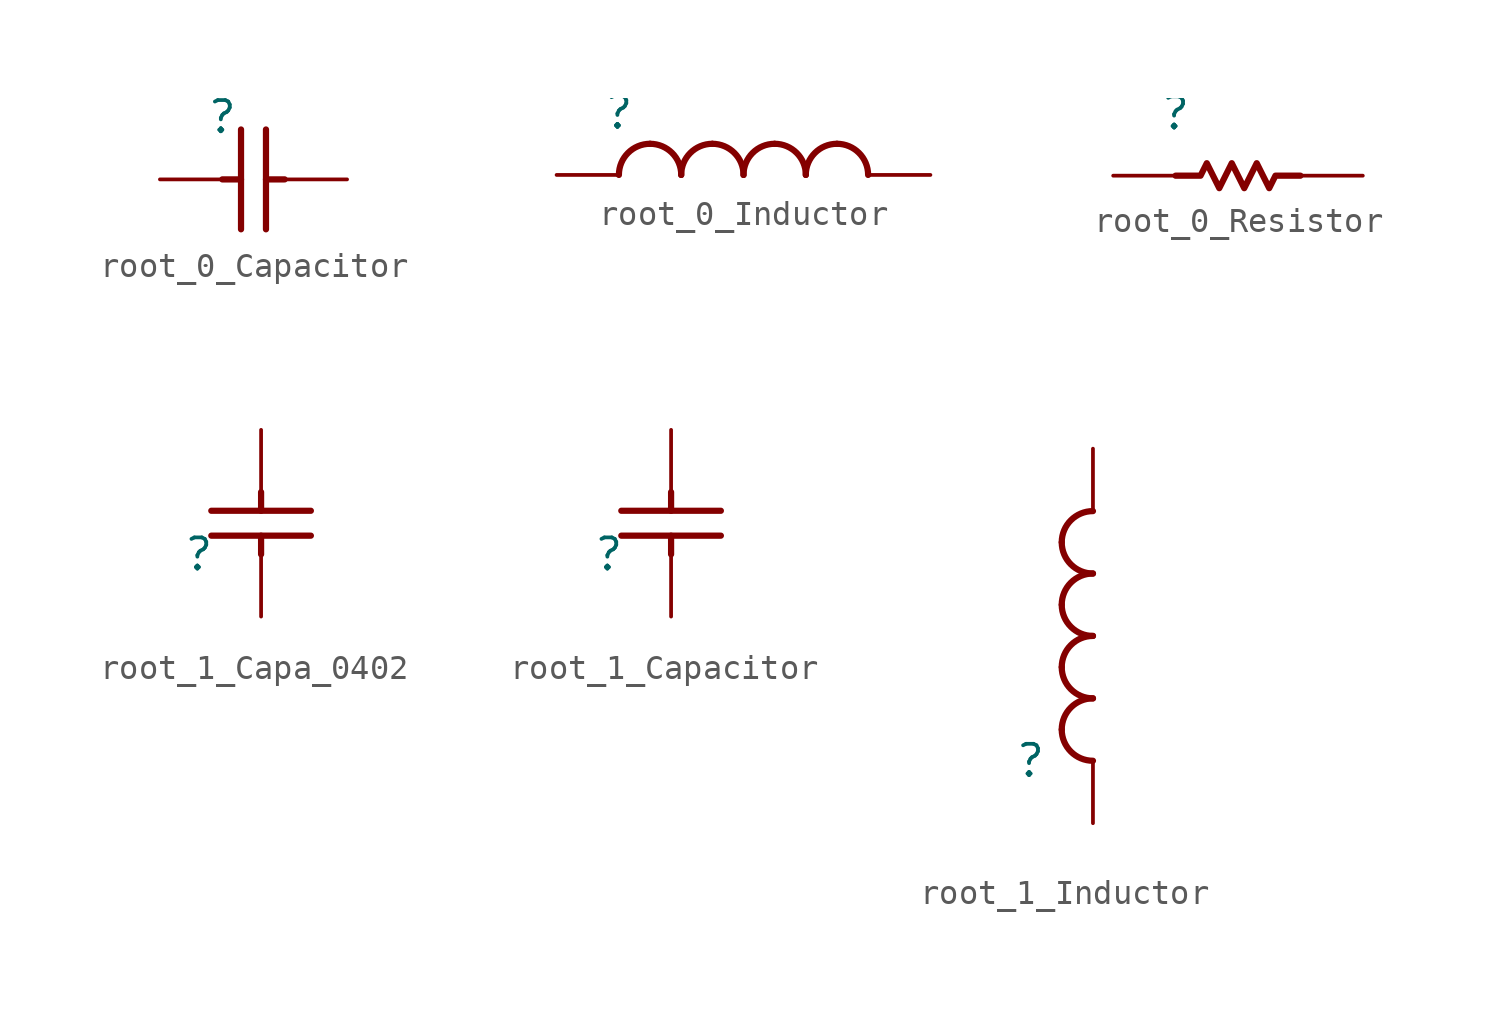
<source format=kicad_sym>
(kicad_symbol_lib
  (version 20231120)
  (generator "kicad_symbol_editor")
  (generator_version "8.0")
  (symbol "root_0_Capacitor"
    (property "Reference" ""
      (at 0 0 0)
      (effects (font (size 1.27 1.27))))
    (property "Value" ""
      (at 0 0 0)
      (effects (font (size 1.27 1.27))))
    (symbol "root_0_Capacitor_1_0"
      (polyline (pts (xy 0 -2.54) (xy 0.762 -2.54)) (stroke (width 0.254) (type solid)) (fill (type none)))
      (polyline (pts (xy 0.762 -4.572) (xy 0.762 -0.508)) (stroke (width 0.254) (type solid)) (fill (type none)))
      (polyline (pts (xy 1.778 -0.508) (xy 1.778 -4.572)) (stroke (width 0.254) (type solid)) (fill (type none)))
      (polyline (pts (xy 2.54 -2.54) (xy 1.778 -2.54)) (stroke (width 0.254) (type solid)) (fill (type none)))
      (pin passive line (at -2.54 -2.54 0) (length 2.54) (name "1" (effects (font (size 0 0)))) (number "1" (effects (font (size 0 0)))))
      (pin passive line (at 5.08 -2.54 180) (length 2.54) (name "2" (effects (font (size 0 0)))) (number "2" (effects (font (size 0 0)))))))
  (symbol "root_0_Inductor"
    (property "Reference" ""
      (at 0 0 0)
      (effects (font (size 1.27 1.27))))
    (property "Value" ""
      (at 0 0 0)
      (effects (font (size 1.27 1.27))))
    (symbol "root_0_Inductor_1_0"
      (arc (start 1.27 -1.27) (mid 0.372 -1.642) (end 0 -2.54) (stroke (width 0.254) (type solid)) (fill (type none)))
      (arc (start 2.54 -2.54) (mid 2.168 -1.642) (end 1.27 -1.27) (stroke (width 0.254) (type solid)) (fill (type none)))
      (arc (start 3.81 -1.27) (mid 2.912 -1.642) (end 2.54 -2.54) (stroke (width 0.254) (type solid)) (fill (type none)))
      (arc (start 5.08 -2.54) (mid 4.708 -1.642) (end 3.81 -1.27) (stroke (width 0.254) (type solid)) (fill (type none)))
      (arc (start 6.35 -1.27) (mid 5.452 -1.642) (end 5.08 -2.54) (stroke (width 0.254) (type solid)) (fill (type none)))
      (arc (start 7.62 -2.54) (mid 7.248 -1.642) (end 6.35 -1.27) (stroke (width 0.254) (type solid)) (fill (type none)))
      (arc (start 8.89 -1.27) (mid 7.992 -1.642) (end 7.62 -2.54) (stroke (width 0.254) (type solid)) (fill (type none)))
      (arc (start 10.16 -2.54) (mid 9.788 -1.642) (end 8.89 -1.27) (stroke (width 0.254) (type solid)) (fill (type none)))
      (pin passive line (at -2.54 -2.54 0) (length 2.54) (name "1" (effects (font (size 0 0)))) (number "1" (effects (font (size 0 0)))))
      (pin passive line (at 12.7 -2.54 180) (length 2.54) (name "2" (effects (font (size 0 0)))) (number "2" (effects (font (size 0 0)))))))
  (symbol "root_0_Resistor"
    (property "Reference" ""
      (at 0 0 0)
      (effects (font (size 1.27 1.27))))
    (property "Value" ""
      (at 0 0 0)
      (effects (font (size 1.27 1.27))))
    (symbol "root_0_Resistor_1_0"
      (polyline (pts (xy 5.08 -2.54) (xy 4.064 -2.54) (xy 3.81 -3.048) (xy 3.302 -2.032) (xy 2.794 -3.048) (xy 2.286 -2.032) (xy 1.778 -3.048) (xy 1.27 -2.032) (xy 1.016 -2.54) (xy 0 -2.54)) (stroke (width 0.254) (type solid)) (fill (type none)))
      (pin passive line (at -2.54 -2.54 0) (length 2.54) (name "1" (effects (font (size 0 0)))) (number "1" (effects (font (size 0 0)))))
      (pin passive line (at 7.62 -2.54 180) (length 2.54) (name "2" (effects (font (size 0 0)))) (number "2" (effects (font (size 0 0)))))))
  (symbol "root_1_Capa_0402"
    (property "Reference" ""
      (at 0 0 0)
      (effects (font (size 1.27 1.27))))
    (property "Value" ""
      (at 0 0 0)
      (effects (font (size 1.27 1.27))))
    (symbol "root_1_Capa_0402_1_0"
      (polyline (pts (xy 0.508 1.778) (xy 4.572 1.778)) (stroke (width 0.254) (type solid)) (fill (type none)))
      (polyline (pts (xy 2.54 0) (xy 2.54 0.762)) (stroke (width 0.254) (type solid)) (fill (type none)))
      (polyline (pts (xy 2.54 2.54) (xy 2.54 1.778)) (stroke (width 0.254) (type solid)) (fill (type none)))
      (polyline (pts (xy 4.572 0.762) (xy 0.508 0.762)) (stroke (width 0.254) (type solid)) (fill (type none)))
      (pin passive line (at 2.54 -2.54 90) (length 2.54) (name "1" (effects (font (size 0 0)))) (number "1" (effects (font (size 0 0)))))
      (pin passive line (at 2.54 5.08 270) (length 2.54) (name "2" (effects (font (size 0 0)))) (number "2" (effects (font (size 0 0)))))))
  (symbol "root_1_Capacitor"
    (property "Reference" ""
      (at 0 0 0)
      (effects (font (size 1.27 1.27))))
    (property "Value" ""
      (at 0 0 0)
      (effects (font (size 1.27 1.27))))
    (symbol "root_1_Capacitor_1_0"
      (polyline (pts (xy 0.508 1.778) (xy 4.572 1.778)) (stroke (width 0.254) (type solid)) (fill (type none)))
      (polyline (pts (xy 2.54 0) (xy 2.54 0.762)) (stroke (width 0.254) (type solid)) (fill (type none)))
      (polyline (pts (xy 2.54 2.54) (xy 2.54 1.778)) (stroke (width 0.254) (type solid)) (fill (type none)))
      (polyline (pts (xy 4.572 0.762) (xy 0.508 0.762)) (stroke (width 0.254) (type solid)) (fill (type none)))
      (pin passive line (at 2.54 -2.54 90) (length 2.54) (name "1" (effects (font (size 0 0)))) (number "1" (effects (font (size 0 0)))))
      (pin passive line (at 2.54 5.08 270) (length 2.54) (name "2" (effects (font (size 0 0)))) (number "2" (effects (font (size 0 0)))))))
  (symbol "root_1_Inductor"
    (property "Reference" ""
      (at 0 0 0)
      (effects (font (size 1.27 1.27))))
    (property "Value" ""
      (at 0 0 0)
      (effects (font (size 1.27 1.27))))
    (symbol "root_1_Inductor_1_0"
      (arc (start 1.27 1.27) (mid 1.642 0.372) (end 2.54 0) (stroke (width 0.254) (type solid)) (fill (type none)))
      (arc (start 1.27 3.81) (mid 1.642 2.912) (end 2.54 2.54) (stroke (width 0.254) (type solid)) (fill (type none)))
      (arc (start 1.27 6.35) (mid 1.642 5.452) (end 2.54 5.08) (stroke (width 0.254) (type solid)) (fill (type none)))
      (arc (start 1.27 8.89) (mid 1.642 7.992) (end 2.54 7.62) (stroke (width 0.254) (type solid)) (fill (type none)))
      (arc (start 2.54 2.54) (mid 1.642 2.168) (end 1.27 1.27) (stroke (width 0.254) (type solid)) (fill (type none)))
      (arc (start 2.54 5.08) (mid 1.642 4.708) (end 1.27 3.81) (stroke (width 0.254) (type solid)) (fill (type none)))
      (arc (start 2.54 7.62) (mid 1.642 7.248) (end 1.27 6.35) (stroke (width 0.254) (type solid)) (fill (type none)))
      (arc (start 2.54 10.16) (mid 1.642 9.788) (end 1.27 8.89) (stroke (width 0.254) (type solid)) (fill (type none)))
      (pin passive line (at 2.54 -2.54 90) (length 2.54) (name "1" (effects (font (size 0 0)))) (number "1" (effects (font (size 0 0)))))
      (pin passive line (at 2.54 12.7 270) (length 2.54) (name "2" (effects (font (size 0 0)))) (number "2" (effects (font (size 0 0))))))))
</source>
